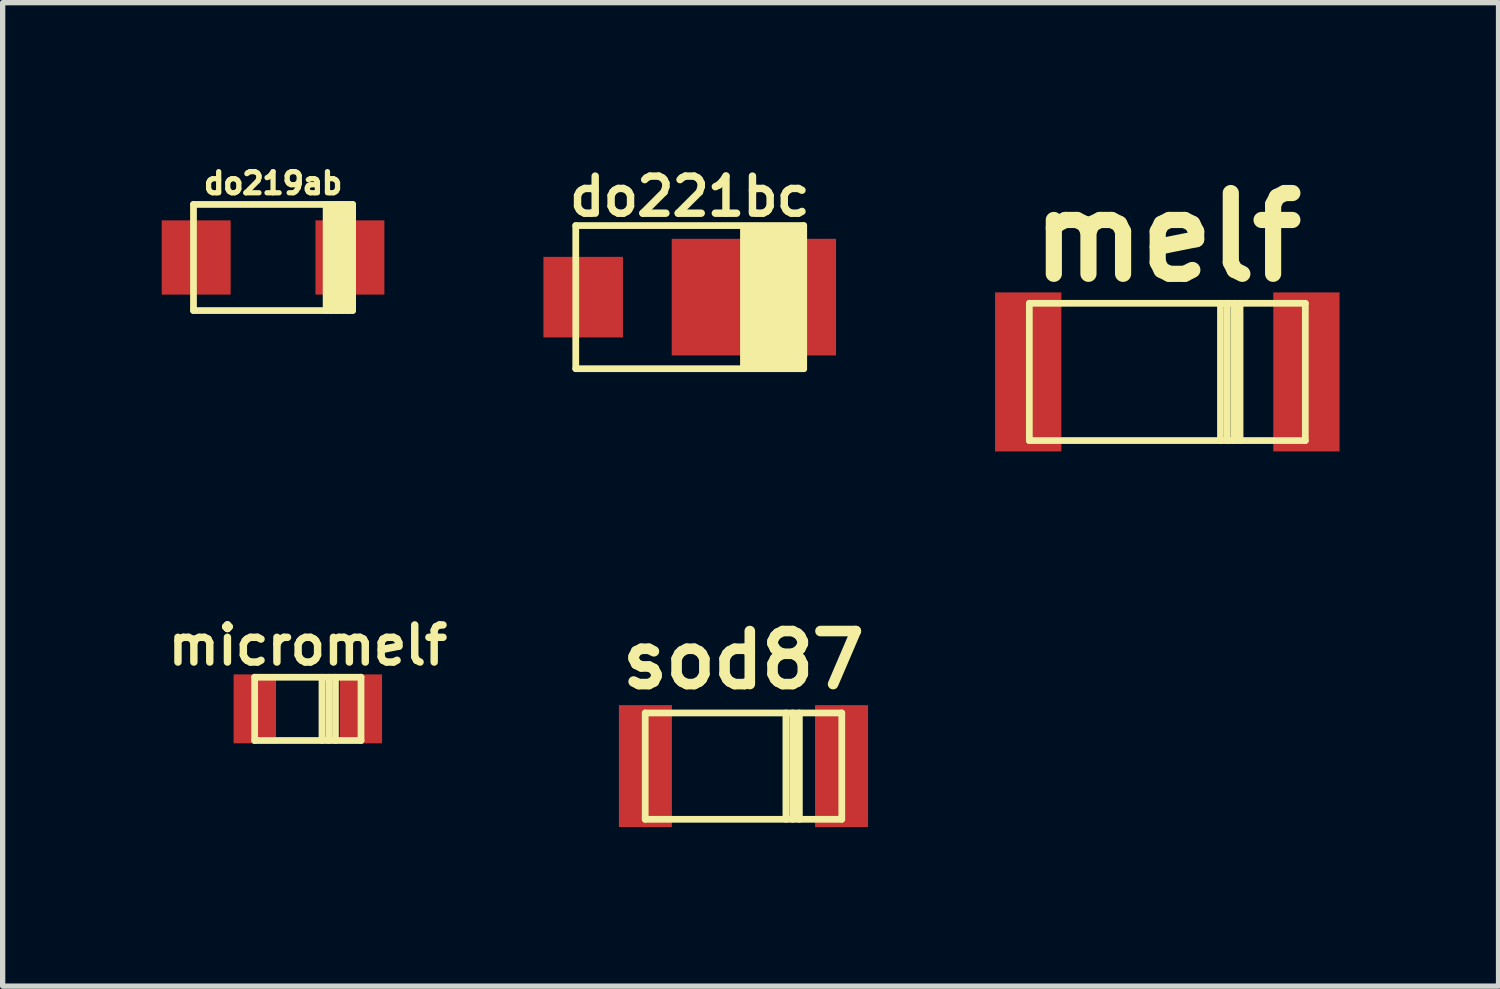
<source format=kicad_pcb>
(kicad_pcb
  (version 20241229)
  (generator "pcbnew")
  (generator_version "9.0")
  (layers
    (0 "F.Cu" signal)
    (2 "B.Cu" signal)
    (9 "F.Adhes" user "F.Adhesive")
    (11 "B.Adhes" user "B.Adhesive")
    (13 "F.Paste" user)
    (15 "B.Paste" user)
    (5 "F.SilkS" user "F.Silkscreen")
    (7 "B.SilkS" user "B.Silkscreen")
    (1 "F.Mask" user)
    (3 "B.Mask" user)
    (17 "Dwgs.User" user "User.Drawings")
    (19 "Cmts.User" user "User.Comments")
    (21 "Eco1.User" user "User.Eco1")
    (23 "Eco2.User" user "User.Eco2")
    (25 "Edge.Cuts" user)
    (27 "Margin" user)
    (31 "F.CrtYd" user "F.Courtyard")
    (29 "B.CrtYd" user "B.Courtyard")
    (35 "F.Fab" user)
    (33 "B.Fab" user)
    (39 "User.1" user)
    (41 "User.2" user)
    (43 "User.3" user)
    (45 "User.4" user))
  (footprint "melf"
    (layer "F.Cu")
    (at 18.97 3.966)
    (property "Reference" "melf" (at 0 -2.54 0) (layer "F.SilkS") (effects (font (size 1.524 1.524) (thickness 0.305))))
    (attr smd)
    (fp_line (start -2.603 -1.295) (end -2.603 1.295) (stroke (width 0.127) (type solid)) (layer "F.SilkS"))
    (fp_line (start -2.603 1.295) (end 2.603 1.295) (stroke (width 0.127) (type solid)) (layer "F.SilkS"))
    (fp_line (start 1.003 -1.295) (end 1.003 1.295) (stroke (width 0.127) (type solid)) (layer "F.SilkS"))
    (fp_line (start 1.13 1.295) (end 1.13 -1.295) (stroke (width 0.127) (type solid)) (layer "F.SilkS"))
    (fp_line (start 1.257 -1.295) (end 1.257 1.295) (stroke (width 0.127) (type solid)) (layer "F.SilkS"))
    (fp_line (start 1.372 -1.295) (end 1.372 1.295) (stroke (width 0.127) (type solid)) (layer "F.SilkS"))
    (fp_line (start 2.603 -1.295) (end -2.603 -1.295) (stroke (width 0.127) (type solid)) (layer "F.SilkS"))
    (fp_line (start 2.603 1.295) (end 2.603 -1.295) (stroke (width 0.127) (type solid)) (layer "F.SilkS"))
    (pad "1" smd rect (at -2.624 0) (size 1.25 3) (layers "F.Cu" "F.Mask" "F.Paste"))
    (pad "2" smd rect (at 2.624 0) (size 1.25 3) (layers "F.Cu" "F.Mask" "F.Paste")))
  (footprint "sod87"
    (layer "F.Cu")
    (at 10.975 11.402)
    (property "Reference" "sod87" (at 0 -2 0) (layer "F.SilkS") (effects (font (size 1 1) (thickness 0.2))))
    (attr smd)
    (fp_line (start -1.854 -1.003) (end 1.854 -1.003) (stroke (width 0.127) (type solid)) (layer "F.SilkS"))
    (fp_line (start -1.854 1.003) (end -1.854 -1.003) (stroke (width 0.127) (type solid)) (layer "F.SilkS"))
    (fp_line (start 0.8 -1.003) (end 0.8 1.003) (stroke (width 0.127) (type solid)) (layer "F.SilkS"))
    (fp_line (start 0.927 -1.003) (end 0.927 1.003) (stroke (width 0.127) (type solid)) (layer "F.SilkS"))
    (fp_line (start 1.054 1.003) (end 1.054 -1.003) (stroke (width 0.127) (type solid)) (layer "F.SilkS"))
    (fp_line (start 1.854 -1.003) (end 1.854 1.003) (stroke (width 0.127) (type solid)) (layer "F.SilkS"))
    (fp_line (start 1.854 1.003) (end -1.854 1.003) (stroke (width 0.127) (type solid)) (layer "F.SilkS"))
    (pad "1" smd rect (at -1.85 0) (size 1 2.3) (layers "F.Cu" "F.Mask" "F.Paste"))
    (pad "2" smd rect (at 1.85 0) (size 1 2.3) (layers "F.Cu" "F.Mask" "F.Paste")))
  (footprint "do219ab"
    (layer "F.Cu")
    (at 2.101 1.807)
    (property "Reference" "do219ab" (at 0 -1.4 0) (layer "F.SilkS") (effects (font (size 0.399 0.399) (thickness 0.099))))
    (attr smd)
    (fp_line (start -1.501 -1.001) (end -1.501 1.001) (stroke (width 0.127) (type solid)) (layer "F.SilkS"))
    (fp_line (start -1.501 1.001) (end 1.501 1.001) (stroke (width 0.127) (type solid)) (layer "F.SilkS"))
    (fp_line (start 1.001 -1.001) (end 1.001 1.001) (stroke (width 0.127) (type solid)) (layer "F.SilkS"))
    (fp_line (start 1.1 -1.001) (end 1.1 1.001) (stroke (width 0.127) (type solid)) (layer "F.SilkS"))
    (fp_line (start 1.199 1.001) (end 1.199 -1.001) (stroke (width 0.127) (type solid)) (layer "F.SilkS"))
    (fp_line (start 1.3 -1.001) (end 1.3 1.001) (stroke (width 0.127) (type solid)) (layer "F.SilkS"))
    (fp_line (start 1.4 1.001) (end 1.4 -1.001) (stroke (width 0.127) (type solid)) (layer "F.SilkS"))
    (fp_line (start 1.501 -1.001) (end -1.501 -1.001) (stroke (width 0.127) (type solid)) (layer "F.SilkS"))
    (fp_line (start 1.501 1.001) (end 1.501 -1.001) (stroke (width 0.127) (type solid)) (layer "F.SilkS"))
    (pad "1" smd rect (at -1.45 0) (size 1.3 1.4) (layers "F.Cu" "F.Mask" "F.Paste"))
    (pad "2" smd rect (at 1.45 0) (size 1.3 1.4) (layers "F.Cu" "F.Mask" "F.Paste")))
  (footprint "do221bc"
    (layer "F.Cu")
    (at 9.961 2.555)
    (property "Reference" "do221bc" (at 0 -1.9 0) (layer "F.SilkS") (effects (font (size 0.7 0.7) (thickness 0.14))))
    (attr smd)
    (fp_line (start -2.15 -1.35) (end -2.15 1.35) (stroke (width 0.127) (type solid)) (layer "F.SilkS"))
    (fp_line (start -2.15 1.35) (end 2.15 1.35) (stroke (width 0.127) (type solid)) (layer "F.SilkS"))
    (fp_line (start 2.15 -1.35) (end -2.15 -1.35) (stroke (width 0.127) (type solid)) (layer "F.SilkS"))
    (fp_line (start 2.15 1.35) (end 2.15 -1.35) (stroke (width 0.127) (type solid)) (layer "F.SilkS"))
    (fp_poly (pts (xy 2.15 -1.35) (xy 2.15 1.35) (xy 1 1.35) (xy 1 -1.35)) (stroke (width 0.1) (type solid)) (fill yes) (layer "F.SilkS"))
    (pad "1" smd rect (at -2.01 0) (size 1.5 1.52) (layers "F.Cu" "F.Mask" "F.Paste"))
    (pad "2" smd rect (at 1.21 0) (size 3.1 2.2) (layers "F.Cu" "F.Mask" "F.Paste")))
  (footprint "micromelf"
    (layer "F.Cu")
    (at 2.757 10.322)
    (property "Reference" "micromelf" (at 0 -1.2 0) (layer "F.SilkS") (effects (font (size 0.7 0.7) (thickness 0.14))))
    (attr smd)
    (fp_line (start -1.003 -0.597) (end -1.003 0.597) (stroke (width 0.127) (type solid)) (layer "F.SilkS"))
    (fp_line (start -1.003 0.597) (end 1.003 0.597) (stroke (width 0.127) (type solid)) (layer "F.SilkS"))
    (fp_line (start 0.267 -0.597) (end 0.267 0.597) (stroke (width 0.127) (type solid)) (layer "F.SilkS"))
    (fp_line (start 0.394 0.597) (end 0.394 -0.597) (stroke (width 0.127) (type solid)) (layer "F.SilkS"))
    (fp_line (start 0.521 -0.597) (end 0.521 0.597) (stroke (width 0.127) (type solid)) (layer "F.SilkS"))
    (fp_line (start 1.003 -0.597) (end -1.003 -0.597) (stroke (width 0.127) (type solid)) (layer "F.SilkS"))
    (fp_line (start 1.003 0.597) (end 1.003 -0.597) (stroke (width 0.127) (type solid)) (layer "F.SilkS"))
    (pad "1" smd rect (at -1 0) (size 0.8 1.3) (layers "F.Cu" "F.Mask" "F.Paste"))
    (pad "2" smd rect (at 1 0) (size 0.8 1.3) (layers "F.Cu" "F.Mask" "F.Paste")))
  (gr_rect
    (start -3 -3)
    (end 25.218 15.552)
    (stroke (width 0.1) (type default))
    (fill no)
    (layer "Edge.Cuts")))
</source>
